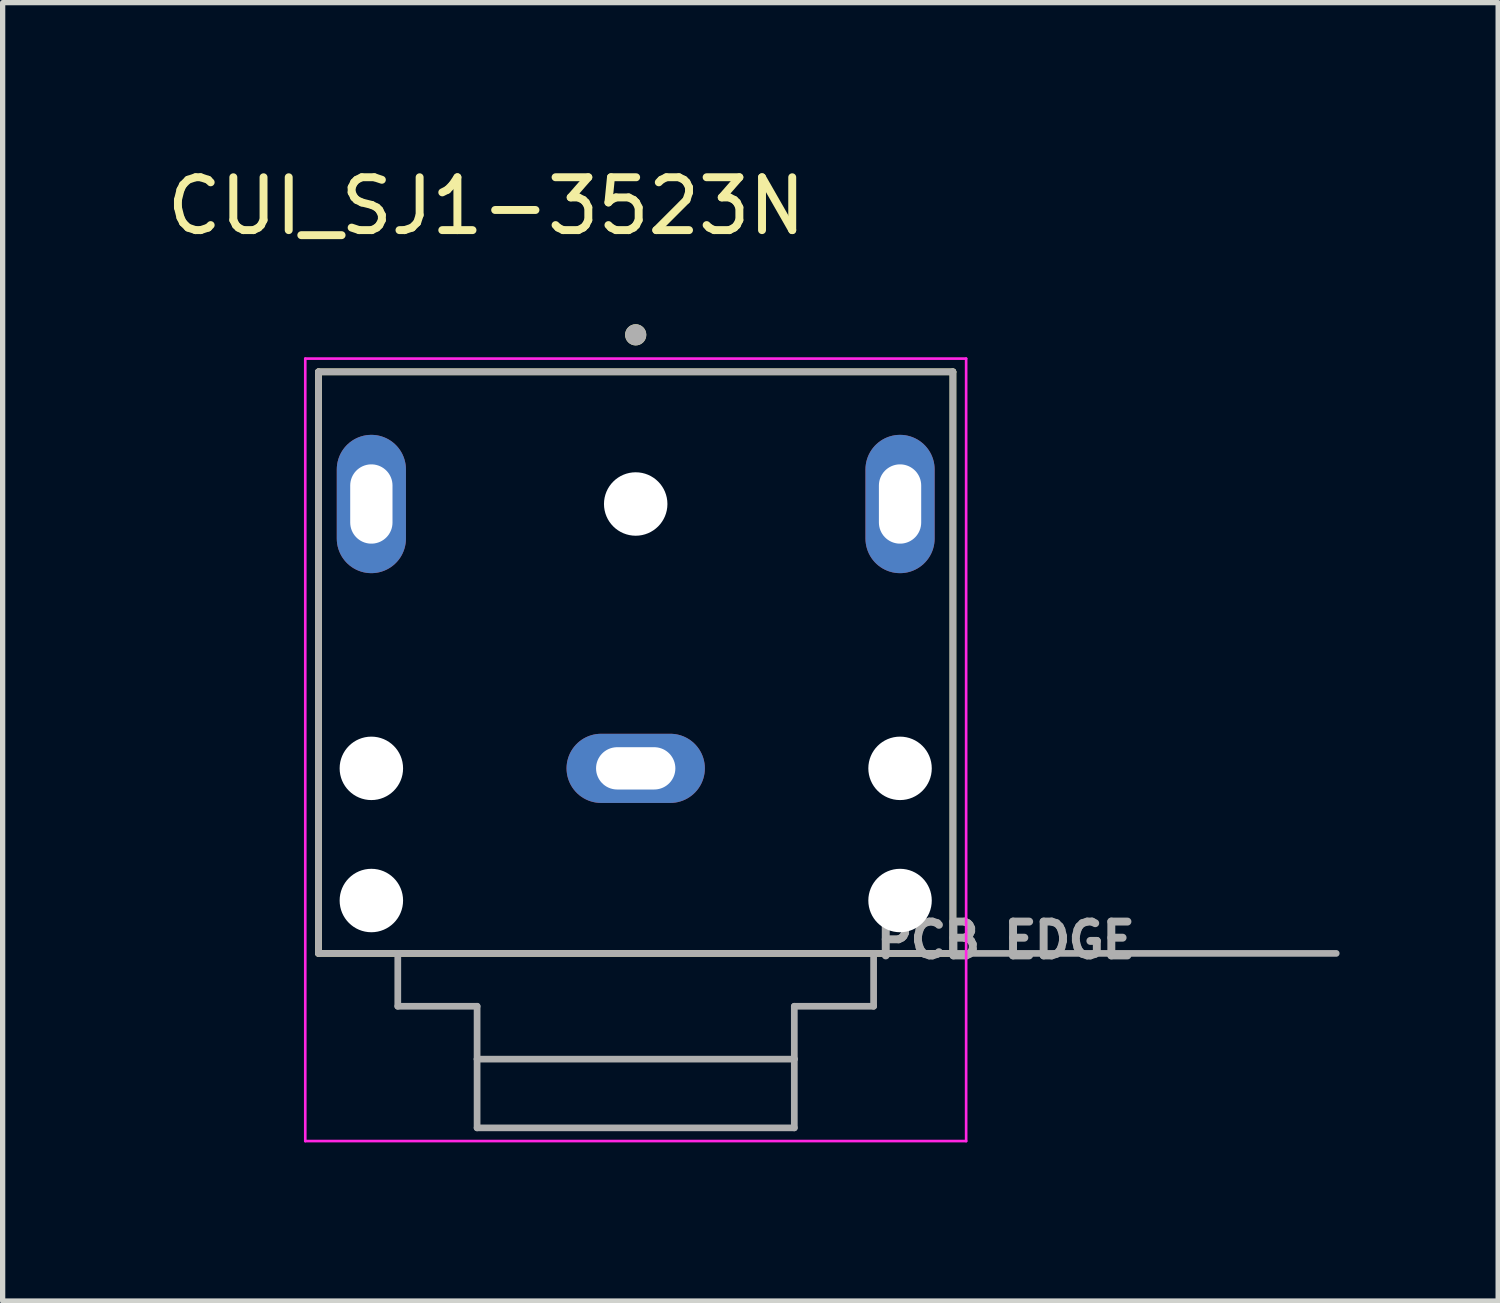
<source format=kicad_pcb>
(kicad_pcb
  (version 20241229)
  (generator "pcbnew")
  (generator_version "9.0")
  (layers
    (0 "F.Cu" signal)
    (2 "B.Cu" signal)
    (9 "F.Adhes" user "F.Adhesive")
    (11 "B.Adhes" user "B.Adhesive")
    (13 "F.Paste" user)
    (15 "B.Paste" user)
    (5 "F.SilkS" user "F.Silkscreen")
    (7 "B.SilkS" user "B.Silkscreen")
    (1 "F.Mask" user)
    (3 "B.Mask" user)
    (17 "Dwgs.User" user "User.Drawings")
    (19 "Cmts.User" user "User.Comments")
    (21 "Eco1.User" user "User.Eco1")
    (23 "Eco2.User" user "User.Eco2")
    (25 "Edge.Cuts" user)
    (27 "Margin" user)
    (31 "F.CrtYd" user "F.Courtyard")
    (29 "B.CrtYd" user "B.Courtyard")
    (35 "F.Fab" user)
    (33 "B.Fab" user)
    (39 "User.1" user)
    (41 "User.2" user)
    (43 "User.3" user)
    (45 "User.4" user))
  (footprint "CUI_SJ1-3523N"
    (layer "F.Cu")
    (at 8.974 11.483)
    (property "Reference" "CUI_SJ1-3523N" (at -2.825 -10.635 0) (layer "F.SilkS") (effects (font (size 1 1) (thickness 0.15))))
    (attr through_hole)
    (fp_line (start -6 -7.5) (end -6 3.5) (stroke (width 0.127) (type solid)) (layer "F.SilkS"))
    (fp_line (start -6 -7.5) (end 6 -7.5) (stroke (width 0.127) (type solid)) (layer "F.SilkS"))
    (fp_line (start -6 3.5) (end 6 3.5) (stroke (width 0.127) (type solid)) (layer "F.SilkS"))
    (fp_line (start 6 -7.5) (end 6 3.5) (stroke (width 0.127) (type solid)) (layer "F.SilkS"))
    (fp_circle (center 0 -8.2) (end 0.1 -8.2) (stroke (width 0.2) (type solid)) (fill no) (layer "F.SilkS"))
    (fp_line (start -6.25 -7.75) (end -6.25 7.05) (stroke (width 0.05) (type solid)) (layer "F.CrtYd"))
    (fp_line (start -6.25 7.05) (end 6.25 7.05) (stroke (width 0.05) (type solid)) (layer "F.CrtYd"))
    (fp_line (start 6.25 -7.75) (end -6.25 -7.75) (stroke (width 0.05) (type solid)) (layer "F.CrtYd"))
    (fp_line (start 6.25 7.05) (end 6.25 -7.75) (stroke (width 0.05) (type solid)) (layer "F.CrtYd"))
    (fp_line (start -6 -7.5) (end -6 3.5) (stroke (width 0.127) (type solid)) (layer "F.Fab"))
    (fp_line (start -6 -7.5) (end 6 -7.5) (stroke (width 0.127) (type solid)) (layer "F.Fab"))
    (fp_line (start -6 3.5) (end -4.5 3.5) (stroke (width 0.127) (type solid)) (layer "F.Fab"))
    (fp_line (start -4.5 3.5) (end -4.5 4.5) (stroke (width 0.127) (type solid)) (layer "F.Fab"))
    (fp_line (start -4.5 3.5) (end 4.5 3.5) (stroke (width 0.127) (type solid)) (layer "F.Fab"))
    (fp_line (start -4.5 4.5) (end -3 4.5) (stroke (width 0.127) (type solid)) (layer "F.Fab"))
    (fp_line (start -3 4.5) (end -3 5.5) (stroke (width 0.127) (type solid)) (layer "F.Fab"))
    (fp_line (start -3 5.5) (end -3 6.8) (stroke (width 0.127) (type solid)) (layer "F.Fab"))
    (fp_line (start -3 5.5) (end 3 5.5) (stroke (width 0.127) (type solid)) (layer "F.Fab"))
    (fp_line (start -3 6.8) (end 3 6.8) (stroke (width 0.127) (type solid)) (layer "F.Fab"))
    (fp_line (start 3 4.5) (end 4.5 4.5) (stroke (width 0.127) (type solid)) (layer "F.Fab"))
    (fp_line (start 3 5.5) (end 3 4.5) (stroke (width 0.127) (type solid)) (layer "F.Fab"))
    (fp_line (start 3 6.8) (end 3 5.5) (stroke (width 0.127) (type solid)) (layer "F.Fab"))
    (fp_line (start 4.5 3.5) (end 6 3.5) (stroke (width 0.127) (type solid)) (layer "F.Fab"))
    (fp_line (start 4.5 4.5) (end 4.5 3.5) (stroke (width 0.127) (type solid)) (layer "F.Fab"))
    (fp_line (start 6 -7.5) (end 6 3.5) (stroke (width 0.127) (type solid)) (layer "F.Fab"))
    (fp_line (start 6 3.5) (end 13.25 3.5) (stroke (width 0.127) (type solid)) (layer "F.Fab"))
    (fp_circle (center 0 -8.2) (end 0.1 -8.2) (stroke (width 0.2) (type solid)) (fill no) (layer "F.Fab"))
    (fp_text user "PCB EDGE" (at 7 3.25 0) (layer "F.Fab") (effects (font (size 0.64 0.64) (thickness 0.15))))
    (pad "" np_thru_hole circle (at -5 0) (size 1.2 1.2) (drill 1.2) (layers "*.Cu" "*.Mask"))
    (pad "" np_thru_hole circle (at -5 2.5) (size 1.2 1.2) (drill 1.2) (layers "*.Cu" "*.Mask"))
    (pad "" np_thru_hole circle (at 0 -5) (size 1.2 1.2) (drill 1.2) (layers "*.Cu" "*.Mask"))
    (pad "" np_thru_hole circle (at 5 0) (size 1.2 1.2) (drill 1.2) (layers "*.Cu" "*.Mask"))
    (pad "" np_thru_hole circle (at 5 2.5) (size 1.2 1.2) (drill 1.2) (layers "*.Cu" "*.Mask"))
    (pad "1" thru_hole oval (at 0 0) (size 2.616 1.308) (drill oval 1.5 0.8) (layers "*.Cu" "*.Mask"))
    (pad "2" thru_hole oval (at 5 -5) (size 1.308 2.616) (drill oval 0.8 1.5) (layers "*.Cu" "*.Mask"))
    (pad "3" thru_hole oval (at -5 -5) (size 1.308 2.616) (drill oval 0.8 1.5) (layers "*.Cu" "*.Mask")))
  (gr_rect
    (start -3 -3)
    (end 25.287 21.558)
    (stroke (width 0.1) (type default))
    (fill no)
    (layer "Edge.Cuts")))
</source>
